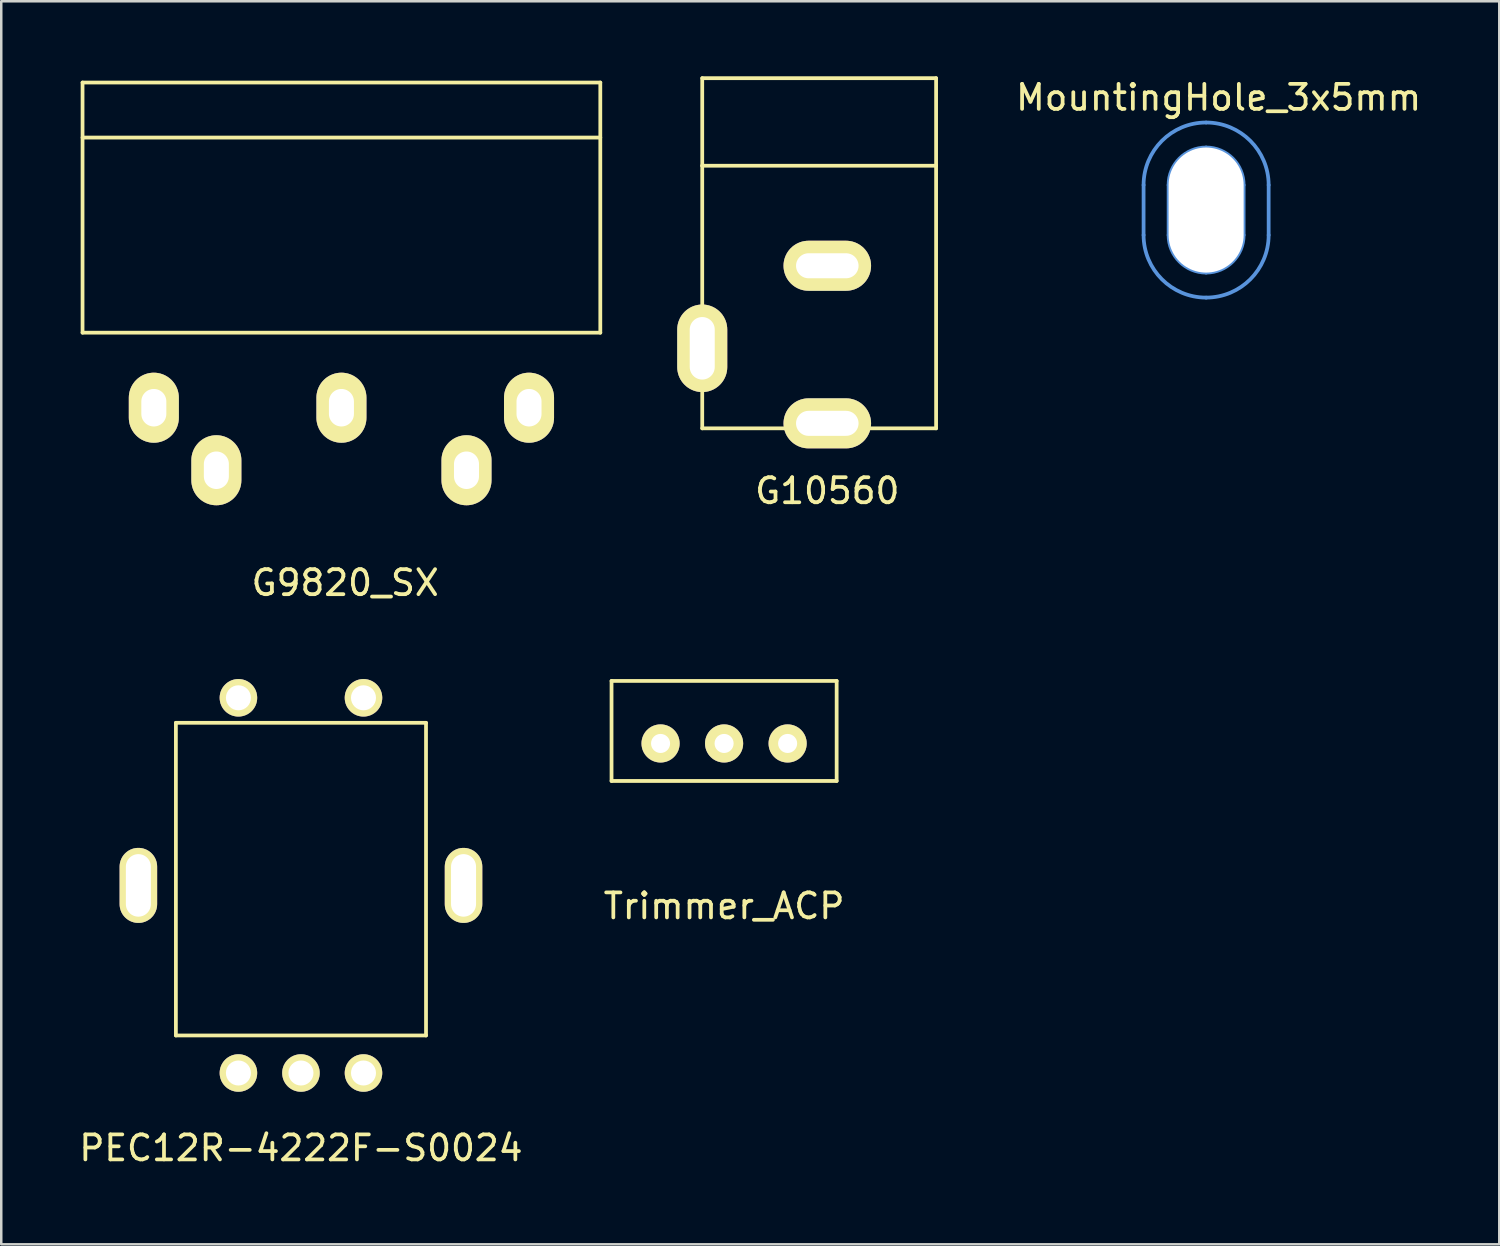
<source format=kicad_pcb>
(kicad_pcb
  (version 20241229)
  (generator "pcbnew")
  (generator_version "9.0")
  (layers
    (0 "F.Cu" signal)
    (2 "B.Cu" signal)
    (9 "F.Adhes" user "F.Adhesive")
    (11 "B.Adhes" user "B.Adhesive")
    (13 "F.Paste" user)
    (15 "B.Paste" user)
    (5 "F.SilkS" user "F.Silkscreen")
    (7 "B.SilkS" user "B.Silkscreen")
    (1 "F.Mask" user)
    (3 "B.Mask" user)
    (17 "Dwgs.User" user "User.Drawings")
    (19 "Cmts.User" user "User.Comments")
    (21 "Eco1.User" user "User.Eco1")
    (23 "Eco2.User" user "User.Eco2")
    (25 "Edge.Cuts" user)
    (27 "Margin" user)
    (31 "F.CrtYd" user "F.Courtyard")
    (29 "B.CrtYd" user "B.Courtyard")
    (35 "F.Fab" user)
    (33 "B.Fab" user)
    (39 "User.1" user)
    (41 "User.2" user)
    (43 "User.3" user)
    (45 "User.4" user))
  (footprint "Trimmer_ACP"
    (layer "F.Cu")
    (at 25.899 26.173)
    (property "Reference" "Trimmer_ACP" (at 0 7 0) (layer "F.SilkS") (effects (font (size 1 1) (thickness 0.15))))
    (attr through_hole)
    (fp_line (start -4.5 -2) (end 4.5 -2) (stroke (width 0.15) (type solid)) (layer "F.SilkS"))
    (fp_line (start -4.5 2) (end -4.5 -2) (stroke (width 0.15) (type solid)) (layer "F.SilkS"))
    (fp_line (start 4.5 -2) (end 4.5 2) (stroke (width 0.15) (type solid)) (layer "F.SilkS"))
    (fp_line (start 4.5 2) (end -4.5 2) (stroke (width 0.15) (type solid)) (layer "F.SilkS"))
    (pad "1" thru_hole circle (at -2.54 0.5) (size 1.524 1.524) (drill 0.762) (layers "*.Cu" "*.Mask" "F.SilkS"))
    (pad "2" thru_hole circle (at 0 0.5) (size 1.524 1.524) (drill 0.762) (layers "*.Cu" "*.Mask" "F.SilkS"))
    (pad "3" thru_hole circle (at 2.54 0.5) (size 1.524 1.524) (drill 0.762) (layers "*.Cu" "*.Mask" "F.SilkS")))
  (footprint "MountingHole_3x5mm"
    (layer "F.Cu")
    (at 45.17 5.348)
    (property "Reference" "MountingHole_3x5mm" (at 0.5 -4.5 0) (layer "F.SilkS") (effects (font (size 1 1) (thickness 0.15))))
    (attr through_hole)
    (fp_line (start -2.5 -1) (end -2.5 1) (stroke (width 0.15) (type solid)) (layer "Cmts.User"))
    (fp_line (start -1.5 -1) (end -1.5 1) (stroke (width 0.15) (type solid)) (layer "Cmts.User"))
    (fp_line (start 1.5 -1) (end 1.5 1) (stroke (width 0.15) (type solid)) (layer "Cmts.User"))
    (fp_line (start 2.5 -1) (end 2.5 1) (stroke (width 0.15) (type solid)) (layer "Cmts.User"))
    (fp_arc (start -2.5 -1) (mid -1.767767 -2.767767) (end 0 -3.5) (stroke (width 0.15) (type solid)) (layer "Cmts.User"))
    (fp_arc (start -1.5 -1) (mid -1.06066 -2.06066) (end 0 -2.5) (stroke (width 0.15) (type solid)) (layer "Cmts.User"))
    (fp_arc (start 0 -3.5) (mid 1.767767 -2.767767) (end 2.5 -1) (stroke (width 0.15) (type solid)) (layer "Cmts.User"))
    (fp_arc (start 0 -2.5) (mid 1.06066 -2.06066) (end 1.5 -1) (stroke (width 0.15) (type solid)) (layer "Cmts.User"))
    (fp_arc (start 0 2.5) (mid -1.06066 2.06066) (end -1.5 1) (stroke (width 0.15) (type solid)) (layer "Cmts.User"))
    (fp_arc (start 0 3.5) (mid -1.767767 2.767767) (end -2.5 1) (stroke (width 0.15) (type solid)) (layer "Cmts.User"))
    (fp_arc (start 1.5 1) (mid 1.06066 2.06066) (end 0 2.5) (stroke (width 0.15) (type solid)) (layer "Cmts.User"))
    (fp_arc (start 2.5 1) (mid 1.767767 2.767767) (end 0 3.5) (stroke (width 0.15) (type solid)) (layer "Cmts.User"))
    (pad "1" thru_hole oval (at 0 0) (size 3 5) (drill oval 3 5) (layers "*.Cu" "F.SilkS")))
  (footprint "PEC12R-4222F-S0024"
    (layer "F.Cu")
    (at 8.982 32.348)
    (property "Reference" "PEC12R-4222F-S0024" (at 0 10.5 0) (layer "F.SilkS") (effects (font (size 1 1) (thickness 0.15))))
    (attr through_hole)
    (fp_line (start -5 -6.5) (end 5 -6.5) (stroke (width 0.15) (type solid)) (layer "F.SilkS"))
    (fp_line (start -5 6) (end -5 -6.5) (stroke (width 0.15) (type solid)) (layer "F.SilkS"))
    (fp_line (start 5 -6.5) (end 5 6) (stroke (width 0.15) (type solid)) (layer "F.SilkS"))
    (fp_line (start 5 6) (end -5 6) (stroke (width 0.15) (type solid)) (layer "F.SilkS"))
    (pad "" thru_hole oval (at -6.5 0) (size 1.5 3) (drill oval 1 2.5) (layers "*.Cu" "*.Mask" "F.SilkS"))
    (pad "" thru_hole oval (at 6.5 0) (size 1.5 3) (drill oval 1 2.5) (layers "*.Cu" "*.Mask" "F.SilkS"))
    (pad "1" thru_hole circle (at -2.5 7.5) (size 1.5 1.5) (drill 1) (layers "*.Cu" "*.Mask" "F.SilkS"))
    (pad "2" thru_hole circle (at 0 7.5) (size 1.5 1.5) (drill 1) (layers "*.Cu" "*.Mask" "F.SilkS"))
    (pad "3" thru_hole circle (at 2.5 7.5) (size 1.5 1.5) (drill 1) (layers "*.Cu" "*.Mask" "F.SilkS"))
    (pad "4" thru_hole circle (at -2.5 -7.5) (size 1.5 1.5) (drill 1) (layers "*.Cu" "*.Mask" "F.SilkS"))
    (pad "5" thru_hole circle (at 2.5 -7.5) (size 1.5 1.5) (drill 1) (layers "*.Cu" "*.Mask" "F.SilkS")))
  (footprint "G10560"
    (layer "F.Cu")
    (at 30.025 3.575)
    (property "Reference" "G10560" (at 0 13 0) (layer "F.SilkS") (effects (font (size 1 1) (thickness 0.15))))
    (attr through_hole)
    (fp_line (start -5 -3.5) (end 4.35 -3.5) (stroke (width 0.15) (type solid)) (layer "F.SilkS"))
    (fp_line (start -5 0) (end -5 -3.5) (stroke (width 0.15) (type solid)) (layer "F.SilkS"))
    (fp_line (start -5 0) (end -5 10.5) (stroke (width 0.15) (type solid)) (layer "F.SilkS"))
    (fp_line (start -5 10.5) (end 4.35 10.5) (stroke (width 0.15) (type solid)) (layer "F.SilkS"))
    (fp_line (start 4.35 -3.5) (end 4.35 0) (stroke (width 0.15) (type solid)) (layer "F.SilkS"))
    (fp_line (start 4.35 0) (end -5 0) (stroke (width 0.15) (type solid)) (layer "F.SilkS"))
    (fp_line (start 4.35 10.5) (end 4.35 0) (stroke (width 0.15) (type solid)) (layer "F.SilkS"))
    (pad "1" thru_hole oval (at 0 10.3) (size 3.5 2) (drill oval 2.5 1) (layers "*.Cu" "*.Mask" "F.SilkS"))
    (pad "2" thru_hole oval (at -5 7.3) (size 2 3.5) (drill oval 1 2.5) (layers "*.Cu" "*.Mask" "F.SilkS"))
    (pad "3" thru_hole oval (at 0 4) (size 3.5 2) (drill oval 2.5 1) (layers "*.Cu" "*.Mask" "F.SilkS")))
  (footprint "G9820_SX"
    (layer "F.Cu")
    (at 0.25 0.25)
    (property "Reference" "G9820_SX" (at 10.5 20 0) (layer "F.SilkS") (effects (font (size 1 1) (thickness 0.15))))
    (attr through_hole)
    (fp_line (start 0 0) (end 0 10) (stroke (width 0.15) (type solid)) (layer "F.SilkS"))
    (fp_line (start 0 0) (end 20.7 0) (stroke (width 0.15) (type solid)) (layer "F.SilkS"))
    (fp_line (start 0 2.2) (end 20.7 2.2) (stroke (width 0.15) (type solid)) (layer "F.SilkS"))
    (fp_line (start 0 10) (end 20.7 10) (stroke (width 0.15) (type solid)) (layer "F.SilkS"))
    (fp_line (start 20.7 0) (end 20.7 10) (stroke (width 0.15) (type solid)) (layer "F.SilkS"))
    (pad "1" thru_hole oval (at 2.85 13) (size 2 2.8) (drill oval 1 1.5) (layers "*.Cu" "*.Mask" "F.SilkS"))
    (pad "2" thru_hole oval (at 10.35 13) (size 2 2.8) (drill oval 1 1.5) (layers "*.Cu" "*.Mask" "F.SilkS"))
    (pad "3" thru_hole oval (at 17.85 13) (size 2 2.8) (drill oval 1 1.5) (layers "*.Cu" "*.Mask" "F.SilkS"))
    (pad "4" thru_hole oval (at 5.35 15.5) (size 2 2.8) (drill oval 1 1.5) (layers "*.Cu" "*.Mask" "F.SilkS"))
    (pad "5" thru_hole oval (at 15.35 15.5) (size 2 2.8) (drill oval 1 1.5) (layers "*.Cu" "*.Mask" "F.SilkS")))
  (gr_rect
    (start -3 -3)
    (end 56.89 46.697)
    (stroke (width 0.1) (type default))
    (fill no)
    (layer "Edge.Cuts")))
</source>
